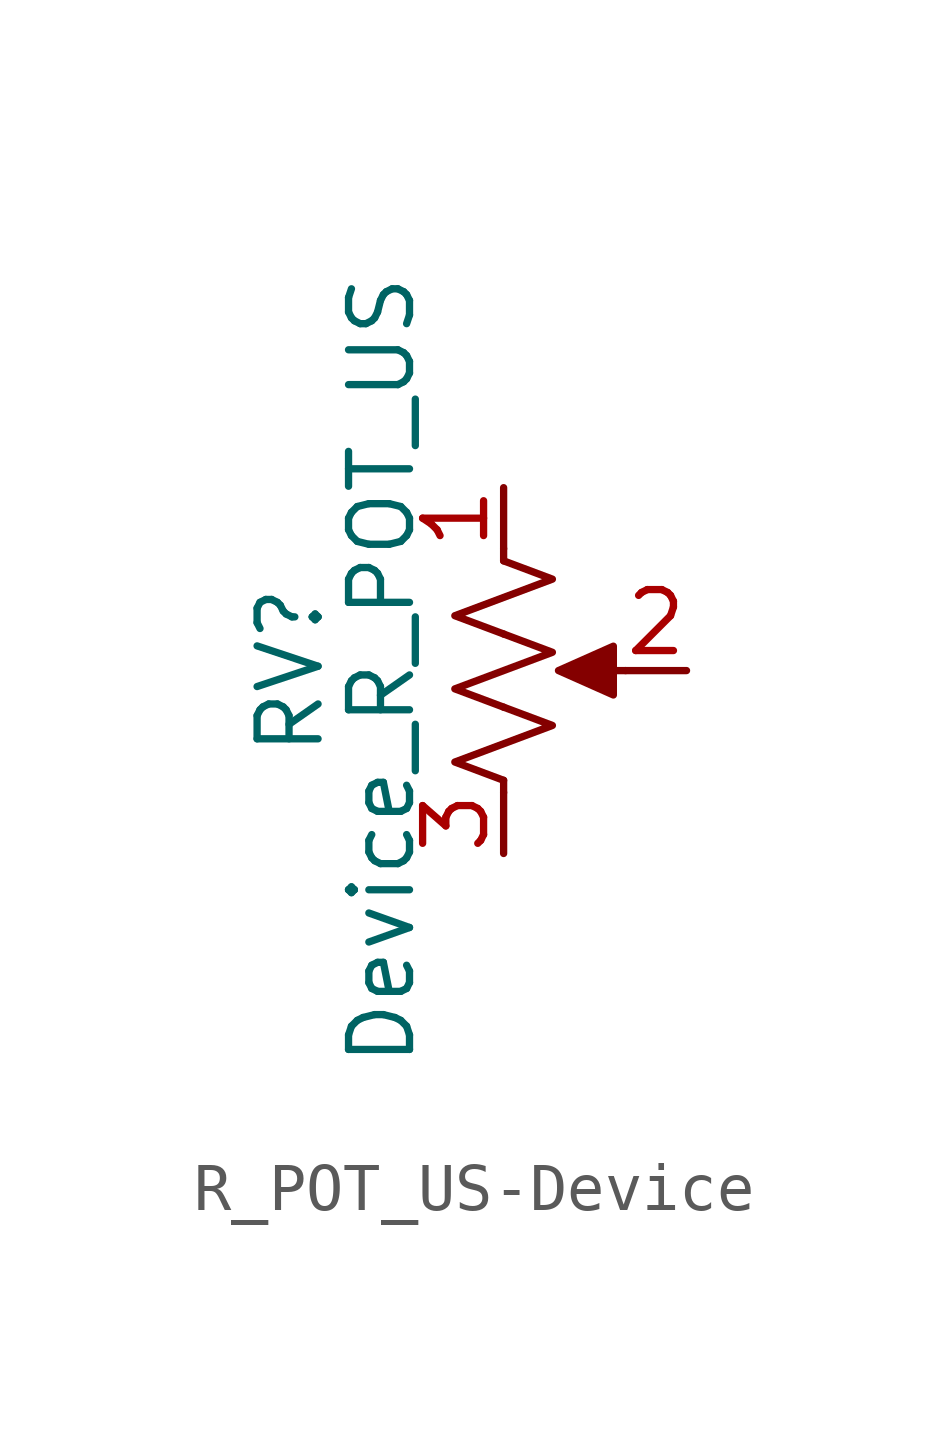
<source format=kicad_sym>
(kicad_symbol_lib
  (version 20220914)
  (generator kicad_symbol_editor)
  (symbol "R_POT_US-Device"
    (pin_names
      (offset 1.016) hide)
    (property "Reference" "RV"
      (at -4.445 0 90)
      (effects (font (size 1.27 1.27))))
    (property "Value" "Device_R_POT_US"
      (at -2.54 0 90)
      (effects (font (size 1.27 1.27))))
    (symbol "R_POT_US-Device_0_1"
      (polyline (pts (xy 0 -2.286) (xy 0 -2.54)) (stroke (width 0) (type solid)) (fill (type none)))
      (polyline (pts (xy 0 2.54) (xy 0 2.286)) (stroke (width 0) (type solid)) (fill (type none)))
      (polyline (pts (xy 2.54 0) (xy 1.524 0)) (stroke (width 0) (type solid)) (fill (type none)))
      (polyline (pts (xy 1.143 0) (xy 2.286 0.508) (xy 2.286 -0.508) (xy 1.143 0)) (stroke (width 0) (type solid)) (fill (type outline)))
      (polyline (pts (xy 0 -0.762) (xy 1.016 -1.143) (xy 0 -1.524) (xy -1.016 -1.905) (xy 0 -2.286)) (stroke (width 0) (type solid)) (fill (type none)))
      (polyline (pts (xy 0 0.762) (xy 1.016 0.381) (xy 0 0) (xy -1.016 -0.381) (xy 0 -0.762)) (stroke (width 0) (type solid)) (fill (type none)))
      (polyline (pts (xy 0 2.286) (xy 1.016 1.905) (xy 0 1.524) (xy -1.016 1.143) (xy 0 0.762)) (stroke (width 0) (type solid)) (fill (type none))))
    (symbol "R_POT_US-Device_1_1"
      (pin passive line (at 0 3.81 270) (length 1.27) (name "1" (effects (font (size 1.27 1.27)))) (number "1" (effects (font (size 1.27 1.27)))))
      (pin passive line (at 3.81 0 180) (length 1.27) (name "2" (effects (font (size 1.27 1.27)))) (number "2" (effects (font (size 1.27 1.27)))))
      (pin passive line (at 0 -3.81 90) (length 1.27) (name "3" (effects (font (size 1.27 1.27)))) (number "3" (effects (font (size 1.27 1.27))))))))
</source>
